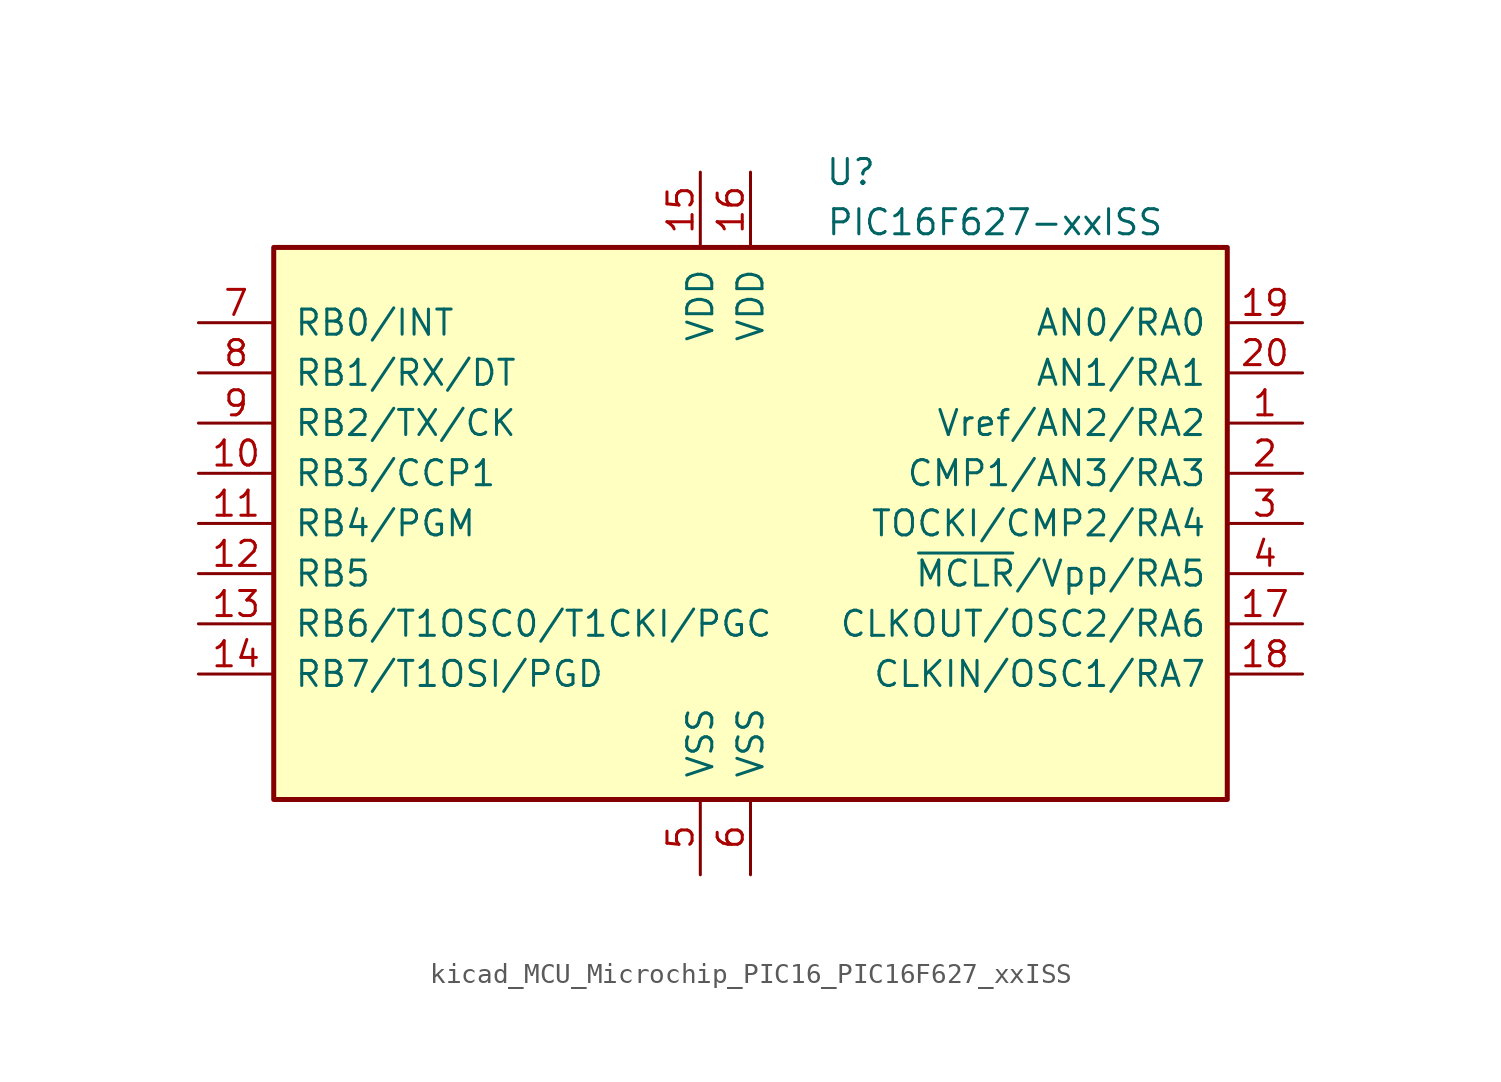
<source format=kicad_sym>
(kicad_symbol_lib
  (version 20220914)
  (generator kicad_symbol_editor)
  (symbol "kicad_MCU_Microchip_PIC16_PIC16F627_xxISS"
    (pin_names
      (offset 1.016))
    (property "Reference" "U"
      (at 5.08 17.78 0)
      (effects (font (size 1.27 1.27))))
    (property "Value" "PIC16F627-xxISS"
      (at 3.81 15.24 0)
      (effects (font (size 1.27 1.27)) (justify left)))
    (symbol "kicad_MCU_Microchip_PIC16_PIC16F627_xxISS_0_1"
      (rectangle (start 24.13 13.97) (end -24.13 -13.97) (stroke (width 0.254) (type default)) (fill (type background))))
    (symbol "kicad_MCU_Microchip_PIC16_PIC16F627_xxISS_1_1"
      (pin bidirectional line (at 27.94 5.08 180) (length 3.81) (name "Vref/AN2/RA2" (effects (font (size 1.27 1.27)))) (number "1" (effects (font (size 1.27 1.27)))))
      (pin bidirectional line (at -27.94 2.54 0) (length 3.81) (name "RB3/CCP1" (effects (font (size 1.27 1.27)))) (number "10" (effects (font (size 1.27 1.27)))))
      (pin bidirectional line (at -27.94 0 0) (length 3.81) (name "RB4/PGM" (effects (font (size 1.27 1.27)))) (number "11" (effects (font (size 1.27 1.27)))))
      (pin bidirectional line (at -27.94 -2.54 0) (length 3.81) (name "RB5" (effects (font (size 1.27 1.27)))) (number "12" (effects (font (size 1.27 1.27)))))
      (pin bidirectional line (at -27.94 -5.08 0) (length 3.81) (name "RB6/T1OSC0/T1CKI/PGC" (effects (font (size 1.27 1.27)))) (number "13" (effects (font (size 1.27 1.27)))))
      (pin bidirectional line (at -27.94 -7.62 0) (length 3.81) (name "RB7/T1OSI/PGD" (effects (font (size 1.27 1.27)))) (number "14" (effects (font (size 1.27 1.27)))))
      (pin power_in line (at -2.54 17.78 270) (length 3.81) (name "VDD" (effects (font (size 1.27 1.27)))) (number "15" (effects (font (size 1.27 1.27)))))
      (pin power_in line (at 0 17.78 270) (length 3.81) (name "VDD" (effects (font (size 1.27 1.27)))) (number "16" (effects (font (size 1.27 1.27)))))
      (pin bidirectional line (at 27.94 -5.08 180) (length 3.81) (name "CLKOUT/OSC2/RA6" (effects (font (size 1.27 1.27)))) (number "17" (effects (font (size 1.27 1.27)))))
      (pin bidirectional line (at 27.94 -7.62 180) (length 3.81) (name "CLKIN/OSC1/RA7" (effects (font (size 1.27 1.27)))) (number "18" (effects (font (size 1.27 1.27)))))
      (pin bidirectional line (at 27.94 10.16 180) (length 3.81) (name "AN0/RA0" (effects (font (size 1.27 1.27)))) (number "19" (effects (font (size 1.27 1.27)))))
      (pin bidirectional line (at 27.94 2.54 180) (length 3.81) (name "CMP1/AN3/RA3" (effects (font (size 1.27 1.27)))) (number "2" (effects (font (size 1.27 1.27)))))
      (pin bidirectional line (at 27.94 7.62 180) (length 3.81) (name "AN1/RA1" (effects (font (size 1.27 1.27)))) (number "20" (effects (font (size 1.27 1.27)))))
      (pin bidirectional line (at 27.94 0 180) (length 3.81) (name "TOCKI/CMP2/RA4" (effects (font (size 1.27 1.27)))) (number "3" (effects (font (size 1.27 1.27)))))
      (pin input line (at 27.94 -2.54 180) (length 3.81) (name "~{MCLR}/Vpp/RA5" (effects (font (size 1.27 1.27)))) (number "4" (effects (font (size 1.27 1.27)))))
      (pin power_in line (at -2.54 -17.78 90) (length 3.81) (name "VSS" (effects (font (size 1.27 1.27)))) (number "5" (effects (font (size 1.27 1.27)))))
      (pin power_in line (at 0 -17.78 90) (length 3.81) (name "VSS" (effects (font (size 1.27 1.27)))) (number "6" (effects (font (size 1.27 1.27)))))
      (pin bidirectional line (at -27.94 10.16 0) (length 3.81) (name "RB0/INT" (effects (font (size 1.27 1.27)))) (number "7" (effects (font (size 1.27 1.27)))))
      (pin bidirectional line (at -27.94 7.62 0) (length 3.81) (name "RB1/RX/DT" (effects (font (size 1.27 1.27)))) (number "8" (effects (font (size 1.27 1.27)))))
      (pin bidirectional line (at -27.94 5.08 0) (length 3.81) (name "RB2/TX/CK" (effects (font (size 1.27 1.27)))) (number "9" (effects (font (size 1.27 1.27))))))))
</source>
